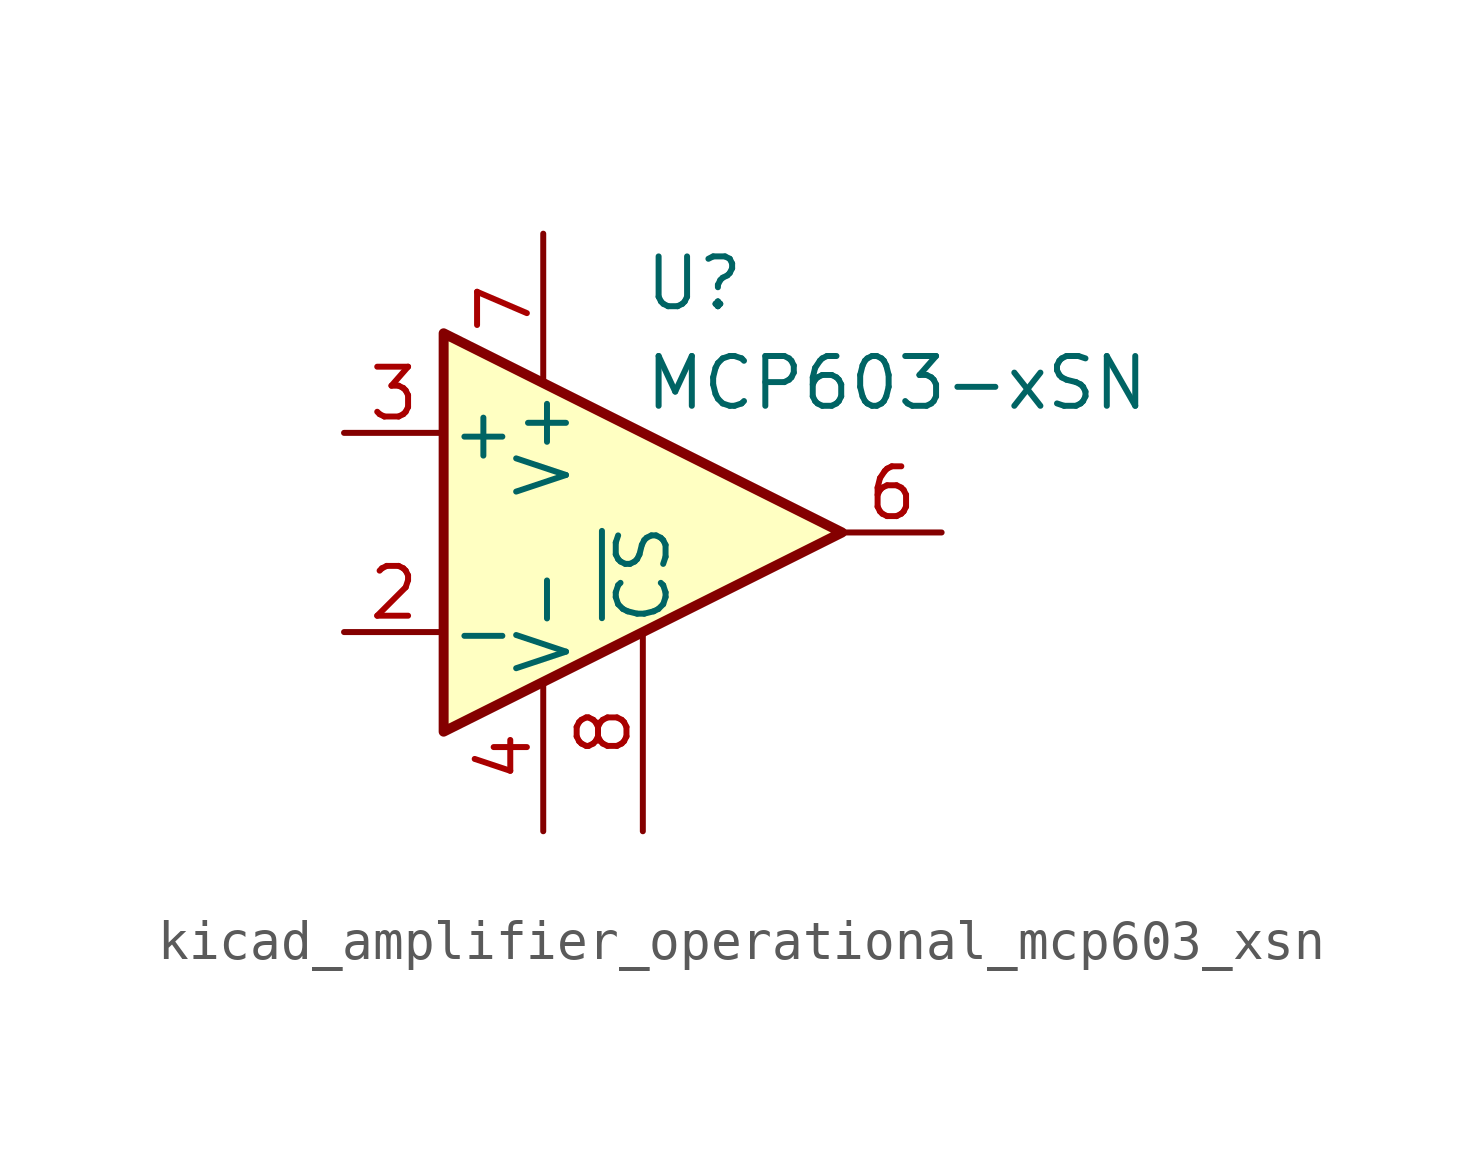
<source format=kicad_sym>
(kicad_symbol_lib
  (version 20220914)
  (generator kicad_symbol_editor)
  (symbol "kicad_amplifier_operational_mcp603_xsn"
    (pin_names
      (offset 0.127))
    (property "Reference" "U"
      (at 0 6.35 0)
      (effects (font (size 1.27 1.27)) (justify left)))
    (property "Value" "MCP603-xSN"
      (at 0 3.81 0)
      (effects (font (size 1.27 1.27)) (justify left)))
    (symbol "kicad_amplifier_operational_mcp603_xsn_0_1"
      (polyline (pts (xy -5.08 5.08) (xy 5.08 0) (xy -5.08 -5.08) (xy -5.08 5.08)) (stroke (width 0.254) (type default)) (fill (type background))))
    (symbol "kicad_amplifier_operational_mcp603_xsn_1_1"
      (pin no_connect line (at 0 -2.54 90) (length 2.54) hide (name "NC" (effects (font (size 1.27 1.27)))) (number "1" (effects (font (size 1.27 1.27)))))
      (pin input line (at -7.62 -2.54 0) (length 2.54) (name "-" (effects (font (size 1.27 1.27)))) (number "2" (effects (font (size 1.27 1.27)))))
      (pin input line (at -7.62 2.54 0) (length 2.54) (name "+" (effects (font (size 1.27 1.27)))) (number "3" (effects (font (size 1.27 1.27)))))
      (pin power_in line (at -2.54 -7.62 90) (length 3.81) (name "V-" (effects (font (size 1.27 1.27)))) (number "4" (effects (font (size 1.27 1.27)))))
      (pin no_connect line (at -2.54 -2.54 90) (length 2.54) hide (name "NC" (effects (font (size 1.27 1.27)))) (number "5" (effects (font (size 1.27 1.27)))))
      (pin output line (at 7.62 0 180) (length 2.54) (name "~" (effects (font (size 1.27 1.27)))) (number "6" (effects (font (size 1.27 1.27)))))
      (pin power_in line (at -2.54 7.62 270) (length 3.81) (name "V+" (effects (font (size 1.27 1.27)))) (number "7" (effects (font (size 1.27 1.27)))))
      (pin input line (at 0 -7.62 90) (length 5.08) (name "~{CS}" (effects (font (size 1.27 1.27)))) (number "8" (effects (font (size 1.27 1.27))))))))
</source>
